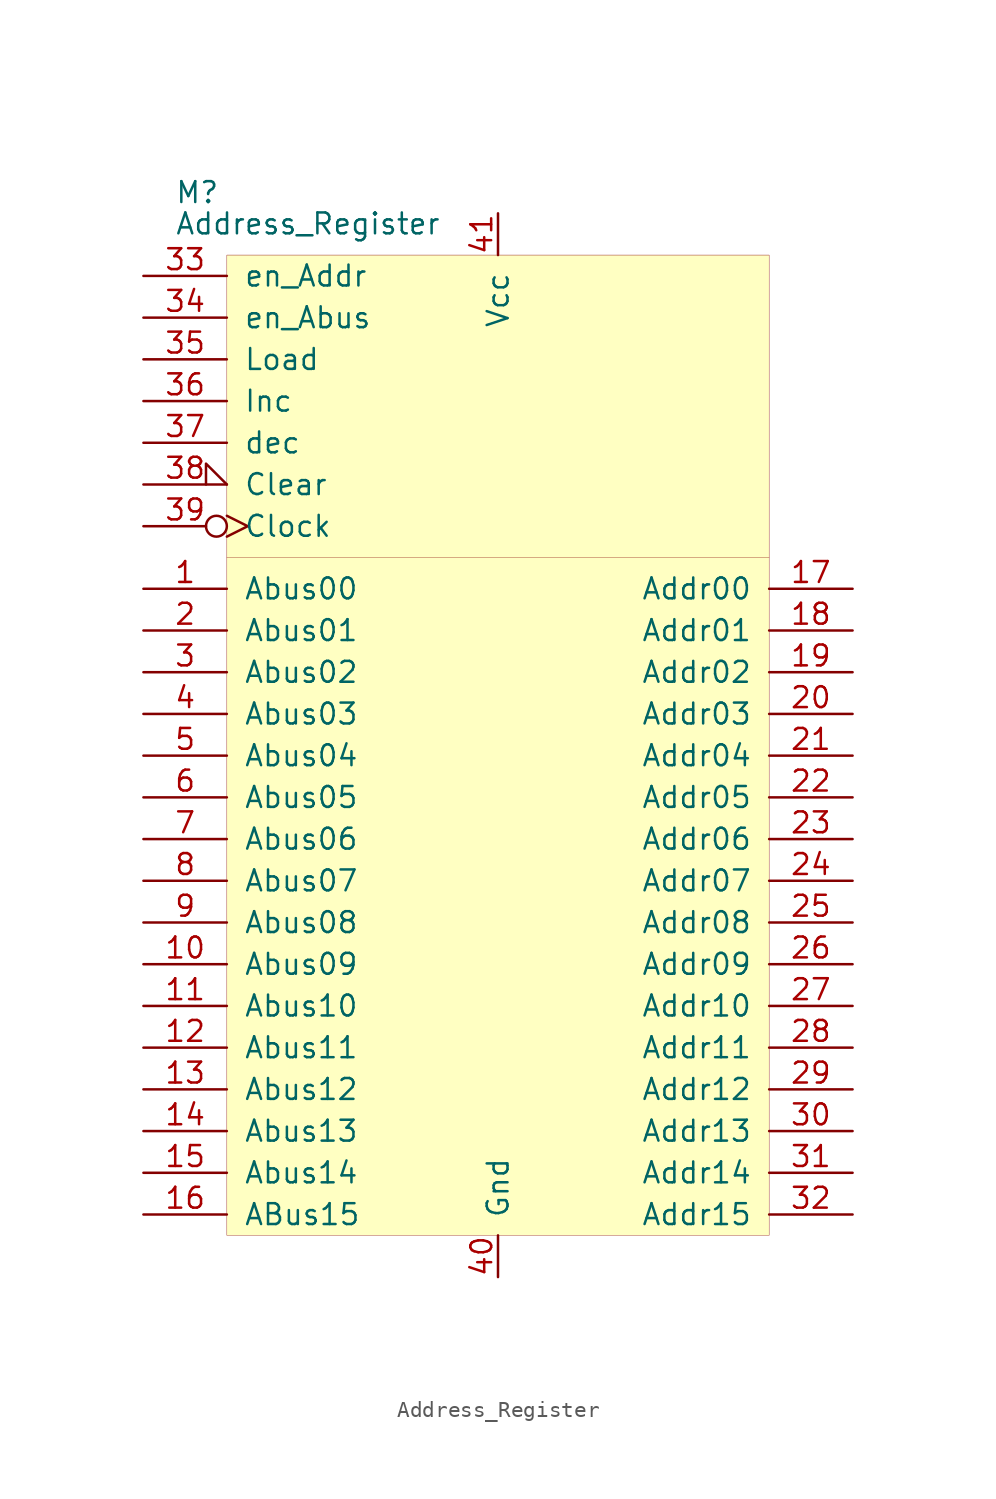
<source format=kicad_sym>
(kicad_symbol_lib
  (version 20200827)
  (generator kicad_symbol_editor)
  (symbol "Modules:Address_Register"
    (pin_names
      (offset 1.016))
    (property "Reference" "M"
      (at -19.685 34.29 0)
      (effects (font (size 1.27 1.27)) (justify left)))
    (property "Value" "Address_Register"
      (at -19.685 32.385 0)
      (effects (font (size 1.27 1.27)) (justify left)))
    (symbol "Address_Register_0_1"
      (rectangle (start -16.51 30.48) (end 16.51 -29.21) (stroke (width 0.001)) (fill (type background)))
      (polyline (pts (xy -16.51 12.065) (xy 16.51 12.065)) (stroke (width 0.001)) (fill (type none))))
    (symbol "Address_Register_1_1"
      (pin bidirectional line (at -21.59 10.16 0) (length 5.08) (name "Abus00" (effects (font (size 1.27 1.27)))) (number "1" (effects (font (size 1.27 1.27)))))
      (pin bidirectional line (at -21.59 7.62 0) (length 5.08) (name "Abus01" (effects (font (size 1.27 1.27)))) (number "2" (effects (font (size 1.27 1.27)))))
      (pin bidirectional line (at -21.59 5.08 0) (length 5.08) (name "Abus02" (effects (font (size 1.27 1.27)))) (number "3" (effects (font (size 1.27 1.27)))))
      (pin bidirectional line (at -21.59 2.54 0) (length 5.08) (name "Abus03" (effects (font (size 1.27 1.27)))) (number "4" (effects (font (size 1.27 1.27)))))
      (pin bidirectional line (at -21.59 0 0) (length 5.08) (name "Abus04" (effects (font (size 1.27 1.27)))) (number "5" (effects (font (size 1.27 1.27)))))
      (pin bidirectional line (at -21.59 -2.54 0) (length 5.08) (name "Abus05" (effects (font (size 1.27 1.27)))) (number "6" (effects (font (size 1.27 1.27)))))
      (pin bidirectional line (at -21.59 -5.08 0) (length 5.08) (name "Abus06" (effects (font (size 1.27 1.27)))) (number "7" (effects (font (size 1.27 1.27)))))
      (pin bidirectional line (at -21.59 -7.62 0) (length 5.08) (name "Abus07" (effects (font (size 1.27 1.27)))) (number "8" (effects (font (size 1.27 1.27)))))
      (pin bidirectional line (at -21.59 -10.16 0) (length 5.08) (name "Abus08" (effects (font (size 1.27 1.27)))) (number "9" (effects (font (size 1.27 1.27)))))
      (pin bidirectional line (at -21.59 -12.7 0) (length 5.08) (name "Abus09" (effects (font (size 1.27 1.27)))) (number "10" (effects (font (size 1.27 1.27)))))
      (pin bidirectional line (at -21.59 -15.24 0) (length 5.08) (name "Abus10" (effects (font (size 1.27 1.27)))) (number "11" (effects (font (size 1.27 1.27)))))
      (pin bidirectional line (at -21.59 -17.78 0) (length 5.08) (name "Abus11" (effects (font (size 1.27 1.27)))) (number "12" (effects (font (size 1.27 1.27)))))
      (pin bidirectional line (at -21.59 -20.32 0) (length 5.08) (name "Abus12" (effects (font (size 1.27 1.27)))) (number "13" (effects (font (size 1.27 1.27)))))
      (pin bidirectional line (at -21.59 -22.86 0) (length 5.08) (name "Abus13" (effects (font (size 1.27 1.27)))) (number "14" (effects (font (size 1.27 1.27)))))
      (pin bidirectional line (at -21.59 -25.4 0) (length 5.08) (name "Abus14" (effects (font (size 1.27 1.27)))) (number "15" (effects (font (size 1.27 1.27)))))
      (pin bidirectional line (at -21.59 -27.94 0) (length 5.08) (name "ABus15" (effects (font (size 1.27 1.27)))) (number "16" (effects (font (size 1.27 1.27)))))
      (pin power_in line (at 0 33.02 270) (length 2.54) (name "Vcc" (effects (font (size 1.27 1.27)))) (number "41" (effects (font (size 1.27 1.27)))))
      (pin power_in line (at 0 -31.75 90) (length 2.54) (name "Gnd" (effects (font (size 1.27 1.27)))) (number "40" (effects (font (size 1.27 1.27)))))
      (pin output line (at 21.59 10.16 180) (length 5.08) (name "Addr00" (effects (font (size 1.27 1.27)))) (number "17" (effects (font (size 1.27 1.27)))))
      (pin output line (at 21.59 7.62 180) (length 5.08) (name "Addr01" (effects (font (size 1.27 1.27)))) (number "18" (effects (font (size 1.27 1.27)))))
      (pin output line (at 21.59 5.08 180) (length 5.08) (name "Addr02" (effects (font (size 1.27 1.27)))) (number "19" (effects (font (size 1.27 1.27)))))
      (pin output line (at 21.59 2.54 180) (length 5.08) (name "Addr03" (effects (font (size 1.27 1.27)))) (number "20" (effects (font (size 1.27 1.27)))))
      (pin output line (at 21.59 0 180) (length 5.08) (name "Addr04" (effects (font (size 1.27 1.27)))) (number "21" (effects (font (size 1.27 1.27)))))
      (pin output line (at 21.59 -2.54 180) (length 5.08) (name "Addr05" (effects (font (size 1.27 1.27)))) (number "22" (effects (font (size 1.27 1.27)))))
      (pin output line (at 21.59 -5.08 180) (length 5.08) (name "Addr06" (effects (font (size 1.27 1.27)))) (number "23" (effects (font (size 1.27 1.27)))))
      (pin output line (at 21.59 -7.62 180) (length 5.08) (name "Addr07" (effects (font (size 1.27 1.27)))) (number "24" (effects (font (size 1.27 1.27)))))
      (pin output line (at 21.59 -10.16 180) (length 5.08) (name "Addr08" (effects (font (size 1.27 1.27)))) (number "25" (effects (font (size 1.27 1.27)))))
      (pin output line (at 21.59 -12.7 180) (length 5.08) (name "Addr09" (effects (font (size 1.27 1.27)))) (number "26" (effects (font (size 1.27 1.27)))))
      (pin output line (at 21.59 -15.24 180) (length 5.08) (name "Addr10" (effects (font (size 1.27 1.27)))) (number "27" (effects (font (size 1.27 1.27)))))
      (pin output line (at 21.59 -17.78 180) (length 5.08) (name "Addr11" (effects (font (size 1.27 1.27)))) (number "28" (effects (font (size 1.27 1.27)))))
      (pin output line (at 21.59 -20.32 180) (length 5.08) (name "Addr12" (effects (font (size 1.27 1.27)))) (number "29" (effects (font (size 1.27 1.27)))))
      (pin output line (at 21.59 -22.86 180) (length 5.08) (name "Addr13" (effects (font (size 1.27 1.27)))) (number "30" (effects (font (size 1.27 1.27)))))
      (pin output line (at 21.59 -25.4 180) (length 5.08) (name "Addr14" (effects (font (size 1.27 1.27)))) (number "31" (effects (font (size 1.27 1.27)))))
      (pin output line (at 21.59 -27.94 180) (length 5.08) (name "Addr15" (effects (font (size 1.27 1.27)))) (number "32" (effects (font (size 1.27 1.27)))))
      (pin input inverted_clock (at -21.59 13.97 0) (length 5.08) (name "Clock" (effects (font (size 1.27 1.27)))) (number "39" (effects (font (size 1.27 1.27)))))
      (pin input input_low (at -21.59 16.51 0) (length 5.08) (name "Clear" (effects (font (size 1.27 1.27)))) (number "38" (effects (font (size 1.27 1.27)))))
      (pin input line (at -21.59 19.05 0) (length 5.08) (name "dec" (effects (font (size 1.27 1.27)))) (number "37" (effects (font (size 1.27 1.27)))))
      (pin input line (at -21.59 21.59 0) (length 5.08) (name "Inc" (effects (font (size 1.27 1.27)))) (number "36" (effects (font (size 1.27 1.27)))))
      (pin input line (at -21.59 24.13 0) (length 5.08) (name "Load" (effects (font (size 1.27 1.27)))) (number "35" (effects (font (size 1.27 1.27)))))
      (pin input line (at -21.59 26.67 0) (length 5.08) (name "en_Abus" (effects (font (size 1.27 1.27)))) (number "34" (effects (font (size 1.27 1.27)))))
      (pin input line (at -21.59 29.21 0) (length 5.08) (name "en_Addr" (effects (font (size 1.27 1.27)))) (number "33" (effects (font (size 1.27 1.27))))))))
</source>
